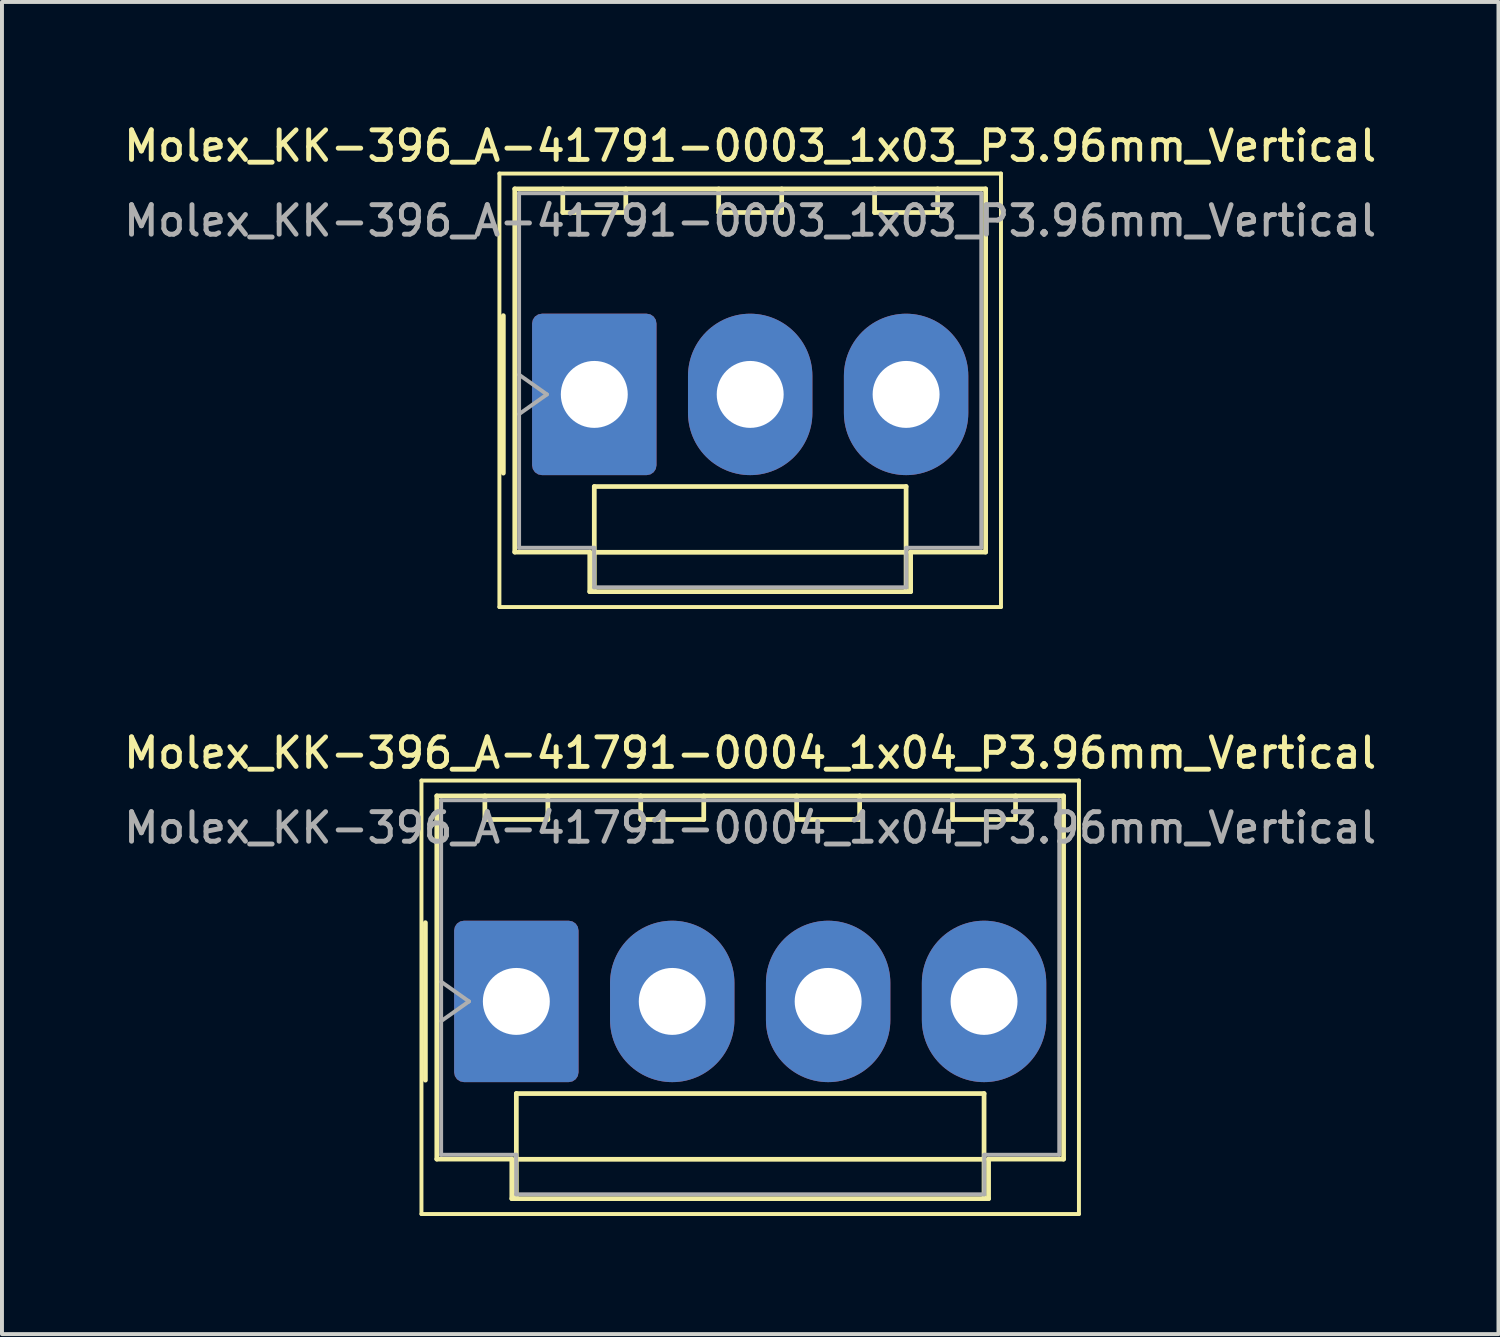
<source format=kicad_pcb>
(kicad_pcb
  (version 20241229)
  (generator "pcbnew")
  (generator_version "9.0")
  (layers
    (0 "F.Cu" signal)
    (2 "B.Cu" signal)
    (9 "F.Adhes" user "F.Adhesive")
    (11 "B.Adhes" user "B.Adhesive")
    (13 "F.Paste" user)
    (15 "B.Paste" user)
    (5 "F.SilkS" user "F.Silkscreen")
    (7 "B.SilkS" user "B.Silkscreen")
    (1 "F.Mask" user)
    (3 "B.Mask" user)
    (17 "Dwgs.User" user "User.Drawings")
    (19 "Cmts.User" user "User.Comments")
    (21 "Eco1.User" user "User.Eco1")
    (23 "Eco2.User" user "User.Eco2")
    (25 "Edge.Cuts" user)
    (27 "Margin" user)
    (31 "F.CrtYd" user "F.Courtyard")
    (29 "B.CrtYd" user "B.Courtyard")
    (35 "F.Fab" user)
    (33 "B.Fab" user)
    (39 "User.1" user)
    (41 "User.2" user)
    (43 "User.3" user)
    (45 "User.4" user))
  (footprint "Molex_KK-396_A-41791-0004_1x04_P3.96mm_Vertical"
    (layer "F.Cu")
    (at 10.065 22.386)
    (property "Reference" "Molex_KK-396_A-41791-0004_1x04_P3.96mm_Vertical" (at 5.94 -6.31 0) (layer "F.SilkS") (effects (font (size 0.75 0.75) (thickness 0.125))))
    (attr through_hole)
    (fp_line (start -2.41 -5.61) (end -2.41 5.4) (stroke (width 0.1) (type solid)) (layer "F.SilkS"))
    (fp_line (start -2.41 5.4) (end 14.29 5.4) (stroke (width 0.1) (type solid)) (layer "F.SilkS"))
    (fp_line (start -2.31 -2) (end -2.31 2) (stroke (width 0.12) (type solid)) (layer "F.SilkS"))
    (fp_line (start -2.02 -5.22) (end 13.9 -5.22) (stroke (width 0.12) (type solid)) (layer "F.SilkS"))
    (fp_line (start -2.02 4.005) (end -2.02 -5.22) (stroke (width 0.12) (type solid)) (layer "F.SilkS"))
    (fp_line (start -0.8 -5.22) (end -0.8 -4.62) (stroke (width 0.12) (type solid)) (layer "F.SilkS"))
    (fp_line (start -0.8 -4.62) (end 0.8 -4.62) (stroke (width 0.12) (type solid)) (layer "F.SilkS"))
    (fp_line (start -0.115 4.005) (end -2.02 4.005) (stroke (width 0.12) (type solid)) (layer "F.SilkS"))
    (fp_line (start -0.115 5.01) (end -0.115 4.005) (stroke (width 0.12) (type solid)) (layer "F.SilkS"))
    (fp_line (start 0 2.34) (end 11.88 2.34) (stroke (width 0.12) (type solid)) (layer "F.SilkS"))
    (fp_line (start 0 4.01) (end 0 2.34) (stroke (width 0.12) (type solid)) (layer "F.SilkS"))
    (fp_line (start 0 4.01) (end 11.88 4.01) (stroke (width 0.12) (type solid)) (layer "F.SilkS"))
    (fp_line (start 0 5.01) (end 0 4.01) (stroke (width 0.12) (type solid)) (layer "F.SilkS"))
    (fp_line (start 0.8 -4.62) (end 0.8 -5.22) (stroke (width 0.12) (type solid)) (layer "F.SilkS"))
    (fp_line (start 3.16 -5.22) (end 3.16 -4.62) (stroke (width 0.12) (type solid)) (layer "F.SilkS"))
    (fp_line (start 3.16 -4.62) (end 4.76 -4.62) (stroke (width 0.12) (type solid)) (layer "F.SilkS"))
    (fp_line (start 4.76 -4.62) (end 4.76 -5.22) (stroke (width 0.12) (type solid)) (layer "F.SilkS"))
    (fp_line (start 7.12 -5.22) (end 7.12 -4.62) (stroke (width 0.12) (type solid)) (layer "F.SilkS"))
    (fp_line (start 7.12 -4.62) (end 8.72 -4.62) (stroke (width 0.12) (type solid)) (layer "F.SilkS"))
    (fp_line (start 8.72 -4.62) (end 8.72 -5.22) (stroke (width 0.12) (type solid)) (layer "F.SilkS"))
    (fp_line (start 11.08 -5.22) (end 11.08 -4.62) (stroke (width 0.12) (type solid)) (layer "F.SilkS"))
    (fp_line (start 11.08 -4.62) (end 12.68 -4.62) (stroke (width 0.12) (type solid)) (layer "F.SilkS"))
    (fp_line (start 11.88 2.34) (end 11.88 4.01) (stroke (width 0.12) (type solid)) (layer "F.SilkS"))
    (fp_line (start 11.88 4.01) (end 11.88 5.01) (stroke (width 0.12) (type solid)) (layer "F.SilkS"))
    (fp_line (start 11.995 4.005) (end 11.995 5.01) (stroke (width 0.12) (type solid)) (layer "F.SilkS"))
    (fp_line (start 11.995 5.01) (end -0.115 5.01) (stroke (width 0.12) (type solid)) (layer "F.SilkS"))
    (fp_line (start 12.68 -4.62) (end 12.68 -5.22) (stroke (width 0.12) (type solid)) (layer "F.SilkS"))
    (fp_line (start 13.9 -5.22) (end 13.9 4.005) (stroke (width 0.12) (type solid)) (layer "F.SilkS"))
    (fp_line (start 13.9 4.005) (end 11.995 4.005) (stroke (width 0.12) (type solid)) (layer "F.SilkS"))
    (fp_line (start 14.29 -5.61) (end -2.41 -5.61) (stroke (width 0.1) (type solid)) (layer "F.SilkS"))
    (fp_line (start 14.29 5.4) (end 14.29 -5.61) (stroke (width 0.1) (type solid)) (layer "F.SilkS"))
    (fp_line (start -1.91 -5.11) (end 13.79 -5.11) (stroke (width 0.1) (type solid)) (layer "F.Fab"))
    (fp_line (start -1.91 -0.5) (end -1.203 0) (stroke (width 0.1) (type solid)) (layer "F.Fab"))
    (fp_line (start -1.91 3.895) (end -1.91 -5.11) (stroke (width 0.1) (type solid)) (layer "F.Fab"))
    (fp_line (start -1.203 0) (end -1.91 0.5) (stroke (width 0.1) (type solid)) (layer "F.Fab"))
    (fp_line (start -0.005 3.895) (end -1.91 3.895) (stroke (width 0.1) (type solid)) (layer "F.Fab"))
    (fp_line (start -0.005 4.9) (end -0.005 3.895) (stroke (width 0.1) (type solid)) (layer "F.Fab"))
    (fp_line (start 11.885 3.895) (end 11.885 4.9) (stroke (width 0.1) (type solid)) (layer "F.Fab"))
    (fp_line (start 11.885 4.9) (end -0.005 4.9) (stroke (width 0.1) (type solid)) (layer "F.Fab"))
    (fp_line (start 13.79 -5.11) (end 13.79 3.895) (stroke (width 0.1) (type solid)) (layer "F.Fab"))
    (fp_line (start 13.79 3.895) (end 11.885 3.895) (stroke (width 0.1) (type solid)) (layer "F.Fab"))
    (fp_text user "${REFERENCE}" (at 5.94 -4.41 0) (layer "F.Fab") (effects (font (size 0.75 0.75) (thickness 0.125))))
    (pad "1" thru_hole roundrect (at 0 0) (size 3.16 4.1) (drill 1.7) (layers "*.Cu" "*.Mask") (roundrect_rratio 0.079))
    (pad "2" thru_hole oval (at 3.96 0) (size 3.16 4.1) (drill 1.7) (layers "*.Cu" "*.Mask"))
    (pad "3" thru_hole oval (at 7.92 0) (size 3.16 4.1) (drill 1.7) (layers "*.Cu" "*.Mask"))
    (pad "4" thru_hole oval (at 11.88 0) (size 3.16 4.1) (drill 1.7) (layers "*.Cu" "*.Mask")))
  (footprint "Molex_KK-396_A-41791-0003_1x03_P3.96mm_Vertical"
    (layer "F.Cu")
    (at 12.045 6.968)
    (property "Reference" "Molex_KK-396_A-41791-0003_1x03_P3.96mm_Vertical" (at 3.96 -6.31 0) (layer "F.SilkS") (effects (font (size 0.75 0.75) (thickness 0.125))))
    (attr through_hole)
    (fp_line (start -2.41 -5.61) (end -2.41 5.4) (stroke (width 0.1) (type solid)) (layer "F.SilkS"))
    (fp_line (start -2.41 5.4) (end 10.33 5.4) (stroke (width 0.1) (type solid)) (layer "F.SilkS"))
    (fp_line (start -2.31 -2) (end -2.31 2) (stroke (width 0.12) (type solid)) (layer "F.SilkS"))
    (fp_line (start -2.02 -5.22) (end 9.94 -5.22) (stroke (width 0.12) (type solid)) (layer "F.SilkS"))
    (fp_line (start -2.02 4.005) (end -2.02 -5.22) (stroke (width 0.12) (type solid)) (layer "F.SilkS"))
    (fp_line (start -0.8 -5.22) (end -0.8 -4.62) (stroke (width 0.12) (type solid)) (layer "F.SilkS"))
    (fp_line (start -0.8 -4.62) (end 0.8 -4.62) (stroke (width 0.12) (type solid)) (layer "F.SilkS"))
    (fp_line (start -0.115 4.005) (end -2.02 4.005) (stroke (width 0.12) (type solid)) (layer "F.SilkS"))
    (fp_line (start -0.115 5.01) (end -0.115 4.005) (stroke (width 0.12) (type solid)) (layer "F.SilkS"))
    (fp_line (start 0 2.34) (end 7.92 2.34) (stroke (width 0.12) (type solid)) (layer "F.SilkS"))
    (fp_line (start 0 4.01) (end 0 2.34) (stroke (width 0.12) (type solid)) (layer "F.SilkS"))
    (fp_line (start 0 4.01) (end 7.92 4.01) (stroke (width 0.12) (type solid)) (layer "F.SilkS"))
    (fp_line (start 0 5.01) (end 0 4.01) (stroke (width 0.12) (type solid)) (layer "F.SilkS"))
    (fp_line (start 0.8 -4.62) (end 0.8 -5.22) (stroke (width 0.12) (type solid)) (layer "F.SilkS"))
    (fp_line (start 3.16 -5.22) (end 3.16 -4.62) (stroke (width 0.12) (type solid)) (layer "F.SilkS"))
    (fp_line (start 3.16 -4.62) (end 4.76 -4.62) (stroke (width 0.12) (type solid)) (layer "F.SilkS"))
    (fp_line (start 4.76 -4.62) (end 4.76 -5.22) (stroke (width 0.12) (type solid)) (layer "F.SilkS"))
    (fp_line (start 7.12 -5.22) (end 7.12 -4.62) (stroke (width 0.12) (type solid)) (layer "F.SilkS"))
    (fp_line (start 7.12 -4.62) (end 8.72 -4.62) (stroke (width 0.12) (type solid)) (layer "F.SilkS"))
    (fp_line (start 7.92 2.34) (end 7.92 4.01) (stroke (width 0.12) (type solid)) (layer "F.SilkS"))
    (fp_line (start 7.92 4.01) (end 7.92 5.01) (stroke (width 0.12) (type solid)) (layer "F.SilkS"))
    (fp_line (start 8.035 4.005) (end 8.035 5.01) (stroke (width 0.12) (type solid)) (layer "F.SilkS"))
    (fp_line (start 8.035 5.01) (end -0.115 5.01) (stroke (width 0.12) (type solid)) (layer "F.SilkS"))
    (fp_line (start 8.72 -4.62) (end 8.72 -5.22) (stroke (width 0.12) (type solid)) (layer "F.SilkS"))
    (fp_line (start 9.94 -5.22) (end 9.94 4.005) (stroke (width 0.12) (type solid)) (layer "F.SilkS"))
    (fp_line (start 9.94 4.005) (end 8.035 4.005) (stroke (width 0.12) (type solid)) (layer "F.SilkS"))
    (fp_line (start 10.33 -5.61) (end -2.41 -5.61) (stroke (width 0.1) (type solid)) (layer "F.SilkS"))
    (fp_line (start 10.33 5.4) (end 10.33 -5.61) (stroke (width 0.1) (type solid)) (layer "F.SilkS"))
    (fp_line (start -1.91 -5.11) (end 9.83 -5.11) (stroke (width 0.1) (type solid)) (layer "F.Fab"))
    (fp_line (start -1.91 -0.5) (end -1.203 0) (stroke (width 0.1) (type solid)) (layer "F.Fab"))
    (fp_line (start -1.91 3.895) (end -1.91 -5.11) (stroke (width 0.1) (type solid)) (layer "F.Fab"))
    (fp_line (start -1.203 0) (end -1.91 0.5) (stroke (width 0.1) (type solid)) (layer "F.Fab"))
    (fp_line (start -0.005 3.895) (end -1.91 3.895) (stroke (width 0.1) (type solid)) (layer "F.Fab"))
    (fp_line (start -0.005 4.9) (end -0.005 3.895) (stroke (width 0.1) (type solid)) (layer "F.Fab"))
    (fp_line (start 7.925 3.895) (end 7.925 4.9) (stroke (width 0.1) (type solid)) (layer "F.Fab"))
    (fp_line (start 7.925 4.9) (end -0.005 4.9) (stroke (width 0.1) (type solid)) (layer "F.Fab"))
    (fp_line (start 9.83 -5.11) (end 9.83 3.895) (stroke (width 0.1) (type solid)) (layer "F.Fab"))
    (fp_line (start 9.83 3.895) (end 7.925 3.895) (stroke (width 0.1) (type solid)) (layer "F.Fab"))
    (fp_text user "${REFERENCE}" (at 3.96 -4.41 0) (layer "F.Fab") (effects (font (size 0.75 0.75) (thickness 0.125))))
    (pad "1" thru_hole roundrect (at 0 0) (size 3.16 4.1) (drill 1.7) (layers "*.Cu" "*.Mask") (roundrect_rratio 0.079))
    (pad "2" thru_hole oval (at 3.96 0) (size 3.16 4.1) (drill 1.7) (layers "*.Cu" "*.Mask"))
    (pad "3" thru_hole oval (at 7.92 0) (size 3.16 4.1) (drill 1.7) (layers "*.Cu" "*.Mask")))
  (gr_rect
    (start -3 -3)
    (end 35.011 30.836)
    (stroke (width 0.1) (type default))
    (fill no)
    (layer "Edge.Cuts")))
</source>
